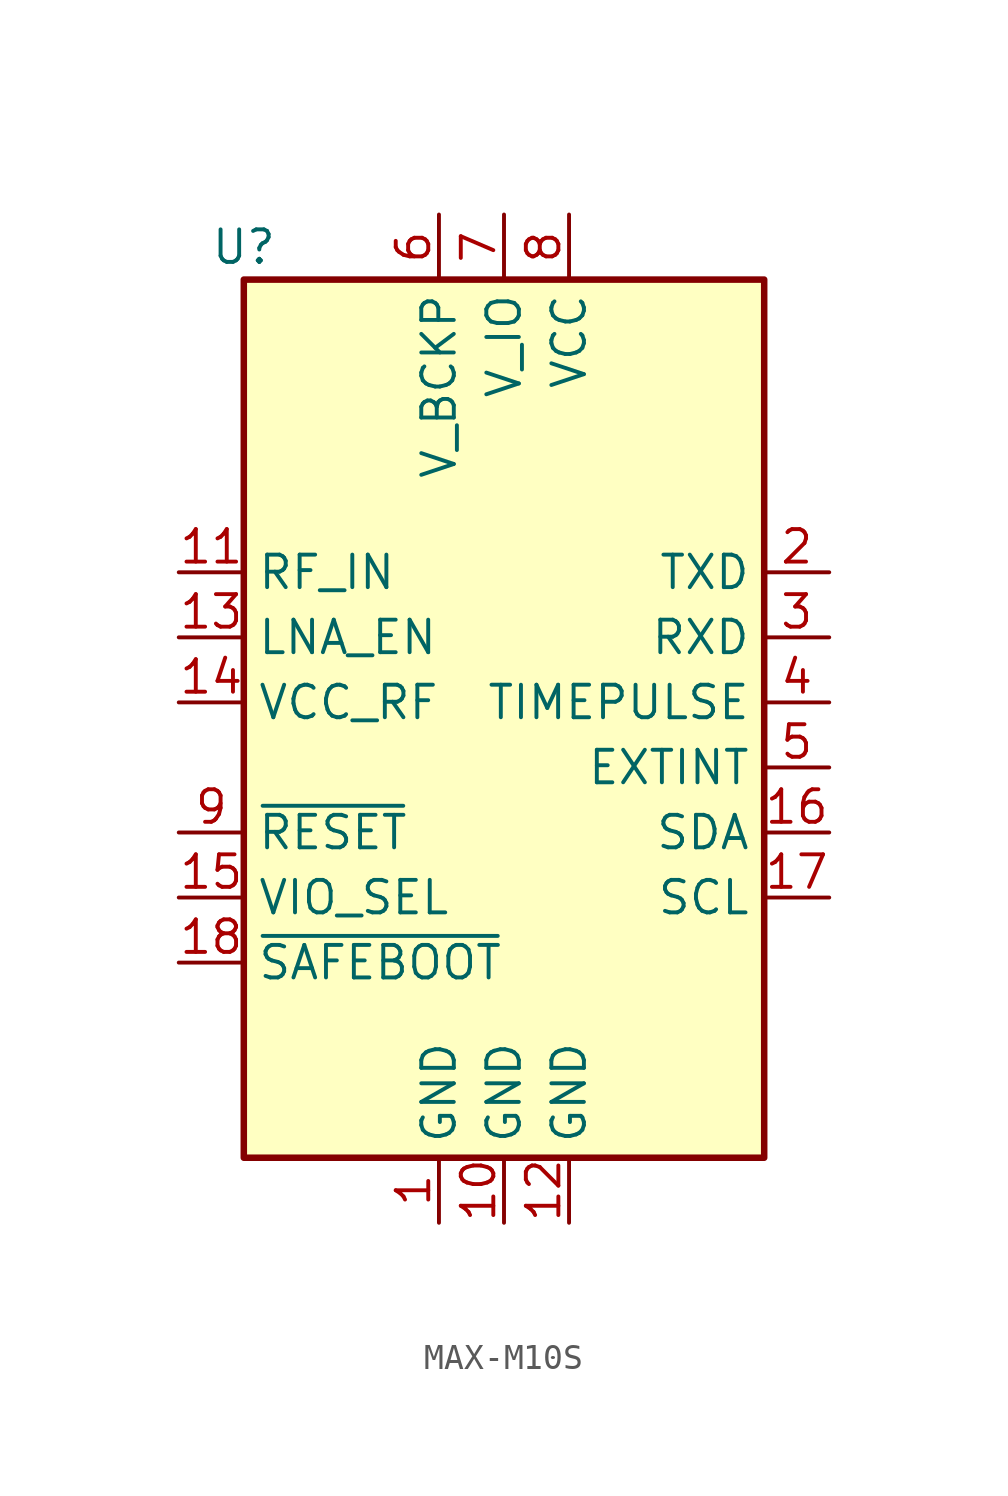
<source format=kicad_sym>
(kicad_symbol_lib
  (version 20231120)
  (generator "kicad_symbol_editor")
  (generator_version "8.0")
  (symbol "MAX-M10S"
    (property "Reference" "U"
      (at -10.16 17.78 0)
      (effects (font (size 1.27 1.27))))
    (property "Value" ""
      (at 0 12.7 0)
      (effects (font (size 1.27 1.27))))
    (symbol "MAX-M10S_0_1"
      (rectangle (start -10.16 16.51) (end 10.16 -17.78) (stroke (width 0.254) (type default)) (fill (type background))))
    (symbol "MAX-M10S_1_1"
      (pin power_in line (at -2.54 -20.32 90) (length 2.54) (name "GND" (effects (font (size 1.27 1.27)))) (number "1" (effects (font (size 1.27 1.27)))))
      (pin power_in line (at 0 -20.32 90) (length 2.54) (name "GND" (effects (font (size 1.27 1.27)))) (number "10" (effects (font (size 1.27 1.27)))))
      (pin input line (at -12.7 5.08 0) (length 2.54) (name "RF_IN" (effects (font (size 1.27 1.27)))) (number "11" (effects (font (size 1.27 1.27)))))
      (pin power_in line (at 2.54 -20.32 90) (length 2.54) (name "GND" (effects (font (size 1.27 1.27)))) (number "12" (effects (font (size 1.27 1.27)))))
      (pin output line (at -12.7 2.54 0) (length 2.54) (name "LNA_EN" (effects (font (size 1.27 1.27)))) (number "13" (effects (font (size 1.27 1.27)))))
      (pin power_out line (at -12.7 0 0) (length 2.54) (name "VCC_RF" (effects (font (size 1.27 1.27)))) (number "14" (effects (font (size 1.27 1.27)))))
      (pin input line (at -12.7 -7.62 0) (length 2.54) (name "VIO_SEL" (effects (font (size 1.27 1.27)))) (number "15" (effects (font (size 1.27 1.27)))))
      (pin bidirectional line (at 12.7 -5.08 180) (length 2.54) (name "SDA" (effects (font (size 1.27 1.27)))) (number "16" (effects (font (size 1.27 1.27)))))
      (pin input line (at 12.7 -7.62 180) (length 2.54) (name "SCL" (effects (font (size 1.27 1.27)))) (number "17" (effects (font (size 1.27 1.27)))))
      (pin input line (at -12.7 -10.16 0) (length 2.54) (name "~{SAFEBOOT}" (effects (font (size 1.27 1.27)))) (number "18" (effects (font (size 1.27 1.27)))))
      (pin output line (at 12.7 5.08 180) (length 2.54) (name "TXD" (effects (font (size 1.27 1.27)))) (number "2" (effects (font (size 1.27 1.27)))))
      (pin input line (at 12.7 2.54 180) (length 2.54) (name "RXD" (effects (font (size 1.27 1.27)))) (number "3" (effects (font (size 1.27 1.27)))))
      (pin output line (at 12.7 0 180) (length 2.54) (name "TIMEPULSE" (effects (font (size 1.27 1.27)))) (number "4" (effects (font (size 1.27 1.27)))))
      (pin input line (at 12.7 -2.54 180) (length 2.54) (name "EXTINT" (effects (font (size 1.27 1.27)))) (number "5" (effects (font (size 1.27 1.27)))))
      (pin power_in line (at -2.54 19.05 270) (length 2.54) (name "V_BCKP" (effects (font (size 1.27 1.27)))) (number "6" (effects (font (size 1.27 1.27)))))
      (pin power_in line (at 0 19.05 270) (length 2.54) (name "V_IO" (effects (font (size 1.27 1.27)))) (number "7" (effects (font (size 1.27 1.27)))))
      (pin power_in line (at 2.54 19.05 270) (length 2.54) (name "VCC" (effects (font (size 1.27 1.27)))) (number "8" (effects (font (size 1.27 1.27)))))
      (pin input line (at -12.7 -5.08 0) (length 2.54) (name "~{RESET}" (effects (font (size 1.27 1.27)))) (number "9" (effects (font (size 1.27 1.27))))))))
</source>
